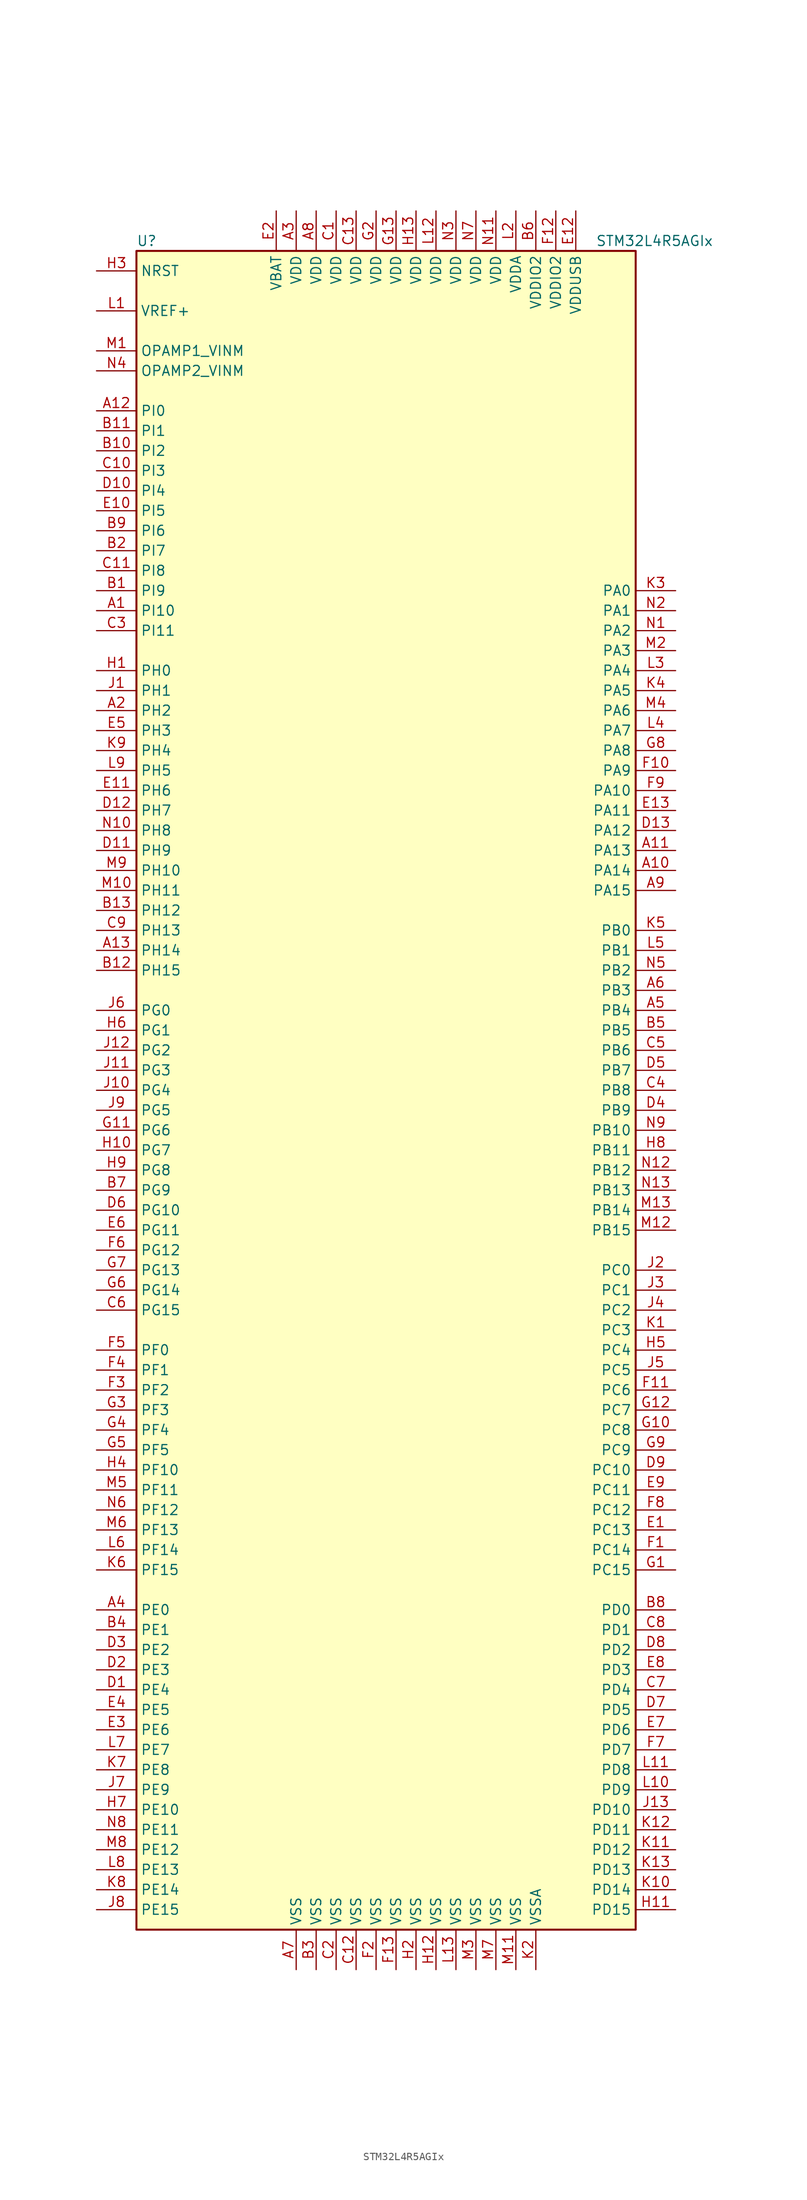
<source format=kicad_sym>
(kicad_symbol_lib
  (version 20201005)
  (generator kicad_symbol_editor)
  (symbol "STM32L4R5AGIx"
    (property "Reference" "U"
      (at -33.02 107.95 0)
      (effects (font (size 1.27 1.27)) (justify left)))
    (property "Value" "STM32L4R5AGIx"
      (at 25.4 107.95 0)
      (effects (font (size 1.27 1.27)) (justify left)))
    (symbol "STM32L4R5AGIx_0_1"
      (rectangle (start -33.02 -106.68) (end 30.48 106.68) (stroke (width 0.254)) (fill (type background))))
    (symbol "STM32L4R5AGIx_1_1"
      (pin input line (at -38.1 104.14 0) (length 5.08) (name "NRST" (effects (font (size 1.27 1.27)))) (number "H3" (effects (font (size 1.27 1.27)))))
      (pin bidirectional line (at -38.1 93.98 0) (length 5.08) (name "OPAMP1_VINM" (effects (font (size 1.27 1.27)))) (number "M1" (effects (font (size 1.27 1.27)))))
      (pin bidirectional line (at -38.1 91.44 0) (length 5.08) (name "OPAMP2_VINM" (effects (font (size 1.27 1.27)))) (number "N4" (effects (font (size 1.27 1.27)))))
      (pin bidirectional line (at 35.56 63.5 180) (length 5.08) (name "PA0" (effects (font (size 1.27 1.27)))) (number "K3" (effects (font (size 1.27 1.27)))))
      (pin bidirectional line (at 35.56 60.96 180) (length 5.08) (name "PA1" (effects (font (size 1.27 1.27)))) (number "N2" (effects (font (size 1.27 1.27)))))
      (pin bidirectional line (at 35.56 38.1 180) (length 5.08) (name "PA10" (effects (font (size 1.27 1.27)))) (number "F9" (effects (font (size 1.27 1.27)))))
      (pin bidirectional line (at 35.56 35.56 180) (length 5.08) (name "PA11" (effects (font (size 1.27 1.27)))) (number "E13" (effects (font (size 1.27 1.27)))))
      (pin bidirectional line (at 35.56 33.02 180) (length 5.08) (name "PA12" (effects (font (size 1.27 1.27)))) (number "D13" (effects (font (size 1.27 1.27)))))
      (pin bidirectional line (at 35.56 30.48 180) (length 5.08) (name "PA13" (effects (font (size 1.27 1.27)))) (number "A11" (effects (font (size 1.27 1.27)))))
      (pin bidirectional line (at 35.56 27.94 180) (length 5.08) (name "PA14" (effects (font (size 1.27 1.27)))) (number "A10" (effects (font (size 1.27 1.27)))))
      (pin bidirectional line (at 35.56 25.4 180) (length 5.08) (name "PA15" (effects (font (size 1.27 1.27)))) (number "A9" (effects (font (size 1.27 1.27)))))
      (pin bidirectional line (at 35.56 58.42 180) (length 5.08) (name "PA2" (effects (font (size 1.27 1.27)))) (number "N1" (effects (font (size 1.27 1.27)))))
      (pin bidirectional line (at 35.56 55.88 180) (length 5.08) (name "PA3" (effects (font (size 1.27 1.27)))) (number "M2" (effects (font (size 1.27 1.27)))))
      (pin bidirectional line (at 35.56 53.34 180) (length 5.08) (name "PA4" (effects (font (size 1.27 1.27)))) (number "L3" (effects (font (size 1.27 1.27)))))
      (pin bidirectional line (at 35.56 50.8 180) (length 5.08) (name "PA5" (effects (font (size 1.27 1.27)))) (number "K4" (effects (font (size 1.27 1.27)))))
      (pin bidirectional line (at 35.56 48.26 180) (length 5.08) (name "PA6" (effects (font (size 1.27 1.27)))) (number "M4" (effects (font (size 1.27 1.27)))))
      (pin bidirectional line (at 35.56 45.72 180) (length 5.08) (name "PA7" (effects (font (size 1.27 1.27)))) (number "L4" (effects (font (size 1.27 1.27)))))
      (pin bidirectional line (at 35.56 43.18 180) (length 5.08) (name "PA8" (effects (font (size 1.27 1.27)))) (number "G8" (effects (font (size 1.27 1.27)))))
      (pin bidirectional line (at 35.56 40.64 180) (length 5.08) (name "PA9" (effects (font (size 1.27 1.27)))) (number "F10" (effects (font (size 1.27 1.27)))))
      (pin bidirectional line (at 35.56 20.32 180) (length 5.08) (name "PB0" (effects (font (size 1.27 1.27)))) (number "K5" (effects (font (size 1.27 1.27)))))
      (pin bidirectional line (at 35.56 17.78 180) (length 5.08) (name "PB1" (effects (font (size 1.27 1.27)))) (number "L5" (effects (font (size 1.27 1.27)))))
      (pin bidirectional line (at 35.56 -5.08 180) (length 5.08) (name "PB10" (effects (font (size 1.27 1.27)))) (number "N9" (effects (font (size 1.27 1.27)))))
      (pin bidirectional line (at 35.56 -7.62 180) (length 5.08) (name "PB11" (effects (font (size 1.27 1.27)))) (number "H8" (effects (font (size 1.27 1.27)))))
      (pin bidirectional line (at 35.56 -10.16 180) (length 5.08) (name "PB12" (effects (font (size 1.27 1.27)))) (number "N12" (effects (font (size 1.27 1.27)))))
      (pin bidirectional line (at 35.56 -12.7 180) (length 5.08) (name "PB13" (effects (font (size 1.27 1.27)))) (number "N13" (effects (font (size 1.27 1.27)))))
      (pin bidirectional line (at 35.56 -15.24 180) (length 5.08) (name "PB14" (effects (font (size 1.27 1.27)))) (number "M13" (effects (font (size 1.27 1.27)))))
      (pin bidirectional line (at 35.56 -17.78 180) (length 5.08) (name "PB15" (effects (font (size 1.27 1.27)))) (number "M12" (effects (font (size 1.27 1.27)))))
      (pin bidirectional line (at 35.56 15.24 180) (length 5.08) (name "PB2" (effects (font (size 1.27 1.27)))) (number "N5" (effects (font (size 1.27 1.27)))))
      (pin bidirectional line (at 35.56 12.7 180) (length 5.08) (name "PB3" (effects (font (size 1.27 1.27)))) (number "A6" (effects (font (size 1.27 1.27)))))
      (pin bidirectional line (at 35.56 10.16 180) (length 5.08) (name "PB4" (effects (font (size 1.27 1.27)))) (number "A5" (effects (font (size 1.27 1.27)))))
      (pin bidirectional line (at 35.56 7.62 180) (length 5.08) (name "PB5" (effects (font (size 1.27 1.27)))) (number "B5" (effects (font (size 1.27 1.27)))))
      (pin bidirectional line (at 35.56 5.08 180) (length 5.08) (name "PB6" (effects (font (size 1.27 1.27)))) (number "C5" (effects (font (size 1.27 1.27)))))
      (pin bidirectional line (at 35.56 2.54 180) (length 5.08) (name "PB7" (effects (font (size 1.27 1.27)))) (number "D5" (effects (font (size 1.27 1.27)))))
      (pin bidirectional line (at 35.56 0 180) (length 5.08) (name "PB8" (effects (font (size 1.27 1.27)))) (number "C4" (effects (font (size 1.27 1.27)))))
      (pin bidirectional line (at 35.56 -2.54 180) (length 5.08) (name "PB9" (effects (font (size 1.27 1.27)))) (number "D4" (effects (font (size 1.27 1.27)))))
      (pin bidirectional line (at 35.56 -22.86 180) (length 5.08) (name "PC0" (effects (font (size 1.27 1.27)))) (number "J2" (effects (font (size 1.27 1.27)))))
      (pin bidirectional line (at 35.56 -25.4 180) (length 5.08) (name "PC1" (effects (font (size 1.27 1.27)))) (number "J3" (effects (font (size 1.27 1.27)))))
      (pin bidirectional line (at 35.56 -48.26 180) (length 5.08) (name "PC10" (effects (font (size 1.27 1.27)))) (number "D9" (effects (font (size 1.27 1.27)))))
      (pin bidirectional line (at 35.56 -50.8 180) (length 5.08) (name "PC11" (effects (font (size 1.27 1.27)))) (number "E9" (effects (font (size 1.27 1.27)))))
      (pin bidirectional line (at 35.56 -53.34 180) (length 5.08) (name "PC12" (effects (font (size 1.27 1.27)))) (number "F8" (effects (font (size 1.27 1.27)))))
      (pin bidirectional line (at 35.56 -55.88 180) (length 5.08) (name "PC13" (effects (font (size 1.27 1.27)))) (number "E1" (effects (font (size 1.27 1.27)))))
      (pin bidirectional line (at 35.56 -58.42 180) (length 5.08) (name "PC14" (effects (font (size 1.27 1.27)))) (number "F1" (effects (font (size 1.27 1.27)))))
      (pin bidirectional line (at 35.56 -60.96 180) (length 5.08) (name "PC15" (effects (font (size 1.27 1.27)))) (number "G1" (effects (font (size 1.27 1.27)))))
      (pin bidirectional line (at 35.56 -27.94 180) (length 5.08) (name "PC2" (effects (font (size 1.27 1.27)))) (number "J4" (effects (font (size 1.27 1.27)))))
      (pin bidirectional line (at 35.56 -30.48 180) (length 5.08) (name "PC3" (effects (font (size 1.27 1.27)))) (number "K1" (effects (font (size 1.27 1.27)))))
      (pin bidirectional line (at 35.56 -33.02 180) (length 5.08) (name "PC4" (effects (font (size 1.27 1.27)))) (number "H5" (effects (font (size 1.27 1.27)))))
      (pin bidirectional line (at 35.56 -35.56 180) (length 5.08) (name "PC5" (effects (font (size 1.27 1.27)))) (number "J5" (effects (font (size 1.27 1.27)))))
      (pin bidirectional line (at 35.56 -38.1 180) (length 5.08) (name "PC6" (effects (font (size 1.27 1.27)))) (number "F11" (effects (font (size 1.27 1.27)))))
      (pin bidirectional line (at 35.56 -40.64 180) (length 5.08) (name "PC7" (effects (font (size 1.27 1.27)))) (number "G12" (effects (font (size 1.27 1.27)))))
      (pin bidirectional line (at 35.56 -43.18 180) (length 5.08) (name "PC8" (effects (font (size 1.27 1.27)))) (number "G10" (effects (font (size 1.27 1.27)))))
      (pin bidirectional line (at 35.56 -45.72 180) (length 5.08) (name "PC9" (effects (font (size 1.27 1.27)))) (number "G9" (effects (font (size 1.27 1.27)))))
      (pin bidirectional line (at 35.56 -66.04 180) (length 5.08) (name "PD0" (effects (font (size 1.27 1.27)))) (number "B8" (effects (font (size 1.27 1.27)))))
      (pin bidirectional line (at 35.56 -68.58 180) (length 5.08) (name "PD1" (effects (font (size 1.27 1.27)))) (number "C8" (effects (font (size 1.27 1.27)))))
      (pin bidirectional line (at 35.56 -91.44 180) (length 5.08) (name "PD10" (effects (font (size 1.27 1.27)))) (number "J13" (effects (font (size 1.27 1.27)))))
      (pin bidirectional line (at 35.56 -93.98 180) (length 5.08) (name "PD11" (effects (font (size 1.27 1.27)))) (number "K12" (effects (font (size 1.27 1.27)))))
      (pin bidirectional line (at 35.56 -96.52 180) (length 5.08) (name "PD12" (effects (font (size 1.27 1.27)))) (number "K11" (effects (font (size 1.27 1.27)))))
      (pin bidirectional line (at 35.56 -99.06 180) (length 5.08) (name "PD13" (effects (font (size 1.27 1.27)))) (number "K13" (effects (font (size 1.27 1.27)))))
      (pin bidirectional line (at 35.56 -101.6 180) (length 5.08) (name "PD14" (effects (font (size 1.27 1.27)))) (number "K10" (effects (font (size 1.27 1.27)))))
      (pin bidirectional line (at 35.56 -104.14 180) (length 5.08) (name "PD15" (effects (font (size 1.27 1.27)))) (number "H11" (effects (font (size 1.27 1.27)))))
      (pin bidirectional line (at 35.56 -71.12 180) (length 5.08) (name "PD2" (effects (font (size 1.27 1.27)))) (number "D8" (effects (font (size 1.27 1.27)))))
      (pin bidirectional line (at 35.56 -73.66 180) (length 5.08) (name "PD3" (effects (font (size 1.27 1.27)))) (number "E8" (effects (font (size 1.27 1.27)))))
      (pin bidirectional line (at 35.56 -76.2 180) (length 5.08) (name "PD4" (effects (font (size 1.27 1.27)))) (number "C7" (effects (font (size 1.27 1.27)))))
      (pin bidirectional line (at 35.56 -78.74 180) (length 5.08) (name "PD5" (effects (font (size 1.27 1.27)))) (number "D7" (effects (font (size 1.27 1.27)))))
      (pin bidirectional line (at 35.56 -81.28 180) (length 5.08) (name "PD6" (effects (font (size 1.27 1.27)))) (number "E7" (effects (font (size 1.27 1.27)))))
      (pin bidirectional line (at 35.56 -83.82 180) (length 5.08) (name "PD7" (effects (font (size 1.27 1.27)))) (number "F7" (effects (font (size 1.27 1.27)))))
      (pin bidirectional line (at 35.56 -86.36 180) (length 5.08) (name "PD8" (effects (font (size 1.27 1.27)))) (number "L11" (effects (font (size 1.27 1.27)))))
      (pin bidirectional line (at 35.56 -88.9 180) (length 5.08) (name "PD9" (effects (font (size 1.27 1.27)))) (number "L10" (effects (font (size 1.27 1.27)))))
      (pin bidirectional line (at -38.1 -66.04 0) (length 5.08) (name "PE0" (effects (font (size 1.27 1.27)))) (number "A4" (effects (font (size 1.27 1.27)))))
      (pin bidirectional line (at -38.1 -68.58 0) (length 5.08) (name "PE1" (effects (font (size 1.27 1.27)))) (number "B4" (effects (font (size 1.27 1.27)))))
      (pin bidirectional line (at -38.1 -91.44 0) (length 5.08) (name "PE10" (effects (font (size 1.27 1.27)))) (number "H7" (effects (font (size 1.27 1.27)))))
      (pin bidirectional line (at -38.1 -93.98 0) (length 5.08) (name "PE11" (effects (font (size 1.27 1.27)))) (number "N8" (effects (font (size 1.27 1.27)))))
      (pin bidirectional line (at -38.1 -96.52 0) (length 5.08) (name "PE12" (effects (font (size 1.27 1.27)))) (number "M8" (effects (font (size 1.27 1.27)))))
      (pin bidirectional line (at -38.1 -99.06 0) (length 5.08) (name "PE13" (effects (font (size 1.27 1.27)))) (number "L8" (effects (font (size 1.27 1.27)))))
      (pin bidirectional line (at -38.1 -101.6 0) (length 5.08) (name "PE14" (effects (font (size 1.27 1.27)))) (number "K8" (effects (font (size 1.27 1.27)))))
      (pin bidirectional line (at -38.1 -104.14 0) (length 5.08) (name "PE15" (effects (font (size 1.27 1.27)))) (number "J8" (effects (font (size 1.27 1.27)))))
      (pin bidirectional line (at -38.1 -71.12 0) (length 5.08) (name "PE2" (effects (font (size 1.27 1.27)))) (number "D3" (effects (font (size 1.27 1.27)))))
      (pin bidirectional line (at -38.1 -73.66 0) (length 5.08) (name "PE3" (effects (font (size 1.27 1.27)))) (number "D2" (effects (font (size 1.27 1.27)))))
      (pin bidirectional line (at -38.1 -76.2 0) (length 5.08) (name "PE4" (effects (font (size 1.27 1.27)))) (number "D1" (effects (font (size 1.27 1.27)))))
      (pin bidirectional line (at -38.1 -78.74 0) (length 5.08) (name "PE5" (effects (font (size 1.27 1.27)))) (number "E4" (effects (font (size 1.27 1.27)))))
      (pin bidirectional line (at -38.1 -81.28 0) (length 5.08) (name "PE6" (effects (font (size 1.27 1.27)))) (number "E3" (effects (font (size 1.27 1.27)))))
      (pin bidirectional line (at -38.1 -83.82 0) (length 5.08) (name "PE7" (effects (font (size 1.27 1.27)))) (number "L7" (effects (font (size 1.27 1.27)))))
      (pin bidirectional line (at -38.1 -86.36 0) (length 5.08) (name "PE8" (effects (font (size 1.27 1.27)))) (number "K7" (effects (font (size 1.27 1.27)))))
      (pin bidirectional line (at -38.1 -88.9 0) (length 5.08) (name "PE9" (effects (font (size 1.27 1.27)))) (number "J7" (effects (font (size 1.27 1.27)))))
      (pin bidirectional line (at -38.1 -33.02 0) (length 5.08) (name "PF0" (effects (font (size 1.27 1.27)))) (number "F5" (effects (font (size 1.27 1.27)))))
      (pin bidirectional line (at -38.1 -35.56 0) (length 5.08) (name "PF1" (effects (font (size 1.27 1.27)))) (number "F4" (effects (font (size 1.27 1.27)))))
      (pin bidirectional line (at -38.1 -48.26 0) (length 5.08) (name "PF10" (effects (font (size 1.27 1.27)))) (number "H4" (effects (font (size 1.27 1.27)))))
      (pin bidirectional line (at -38.1 -50.8 0) (length 5.08) (name "PF11" (effects (font (size 1.27 1.27)))) (number "M5" (effects (font (size 1.27 1.27)))))
      (pin bidirectional line (at -38.1 -53.34 0) (length 5.08) (name "PF12" (effects (font (size 1.27 1.27)))) (number "N6" (effects (font (size 1.27 1.27)))))
      (pin bidirectional line (at -38.1 -55.88 0) (length 5.08) (name "PF13" (effects (font (size 1.27 1.27)))) (number "M6" (effects (font (size 1.27 1.27)))))
      (pin bidirectional line (at -38.1 -58.42 0) (length 5.08) (name "PF14" (effects (font (size 1.27 1.27)))) (number "L6" (effects (font (size 1.27 1.27)))))
      (pin bidirectional line (at -38.1 -60.96 0) (length 5.08) (name "PF15" (effects (font (size 1.27 1.27)))) (number "K6" (effects (font (size 1.27 1.27)))))
      (pin bidirectional line (at -38.1 -38.1 0) (length 5.08) (name "PF2" (effects (font (size 1.27 1.27)))) (number "F3" (effects (font (size 1.27 1.27)))))
      (pin bidirectional line (at -38.1 -40.64 0) (length 5.08) (name "PF3" (effects (font (size 1.27 1.27)))) (number "G3" (effects (font (size 1.27 1.27)))))
      (pin bidirectional line (at -38.1 -43.18 0) (length 5.08) (name "PF4" (effects (font (size 1.27 1.27)))) (number "G4" (effects (font (size 1.27 1.27)))))
      (pin bidirectional line (at -38.1 -45.72 0) (length 5.08) (name "PF5" (effects (font (size 1.27 1.27)))) (number "G5" (effects (font (size 1.27 1.27)))))
      (pin bidirectional line (at -38.1 10.16 0) (length 5.08) (name "PG0" (effects (font (size 1.27 1.27)))) (number "J6" (effects (font (size 1.27 1.27)))))
      (pin bidirectional line (at -38.1 7.62 0) (length 5.08) (name "PG1" (effects (font (size 1.27 1.27)))) (number "H6" (effects (font (size 1.27 1.27)))))
      (pin bidirectional line (at -38.1 -15.24 0) (length 5.08) (name "PG10" (effects (font (size 1.27 1.27)))) (number "D6" (effects (font (size 1.27 1.27)))))
      (pin bidirectional line (at -38.1 -17.78 0) (length 5.08) (name "PG11" (effects (font (size 1.27 1.27)))) (number "E6" (effects (font (size 1.27 1.27)))))
      (pin bidirectional line (at -38.1 -20.32 0) (length 5.08) (name "PG12" (effects (font (size 1.27 1.27)))) (number "F6" (effects (font (size 1.27 1.27)))))
      (pin bidirectional line (at -38.1 -22.86 0) (length 5.08) (name "PG13" (effects (font (size 1.27 1.27)))) (number "G7" (effects (font (size 1.27 1.27)))))
      (pin bidirectional line (at -38.1 -25.4 0) (length 5.08) (name "PG14" (effects (font (size 1.27 1.27)))) (number "G6" (effects (font (size 1.27 1.27)))))
      (pin bidirectional line (at -38.1 -27.94 0) (length 5.08) (name "PG15" (effects (font (size 1.27 1.27)))) (number "C6" (effects (font (size 1.27 1.27)))))
      (pin bidirectional line (at -38.1 5.08 0) (length 5.08) (name "PG2" (effects (font (size 1.27 1.27)))) (number "J12" (effects (font (size 1.27 1.27)))))
      (pin bidirectional line (at -38.1 2.54 0) (length 5.08) (name "PG3" (effects (font (size 1.27 1.27)))) (number "J11" (effects (font (size 1.27 1.27)))))
      (pin bidirectional line (at -38.1 0 0) (length 5.08) (name "PG4" (effects (font (size 1.27 1.27)))) (number "J10" (effects (font (size 1.27 1.27)))))
      (pin bidirectional line (at -38.1 -2.54 0) (length 5.08) (name "PG5" (effects (font (size 1.27 1.27)))) (number "J9" (effects (font (size 1.27 1.27)))))
      (pin bidirectional line (at -38.1 -5.08 0) (length 5.08) (name "PG6" (effects (font (size 1.27 1.27)))) (number "G11" (effects (font (size 1.27 1.27)))))
      (pin bidirectional line (at -38.1 -7.62 0) (length 5.08) (name "PG7" (effects (font (size 1.27 1.27)))) (number "H10" (effects (font (size 1.27 1.27)))))
      (pin bidirectional line (at -38.1 -10.16 0) (length 5.08) (name "PG8" (effects (font (size 1.27 1.27)))) (number "H9" (effects (font (size 1.27 1.27)))))
      (pin bidirectional line (at -38.1 -12.7 0) (length 5.08) (name "PG9" (effects (font (size 1.27 1.27)))) (number "B7" (effects (font (size 1.27 1.27)))))
      (pin input line (at -38.1 53.34 0) (length 5.08) (name "PH0" (effects (font (size 1.27 1.27)))) (number "H1" (effects (font (size 1.27 1.27)))))
      (pin input line (at -38.1 50.8 0) (length 5.08) (name "PH1" (effects (font (size 1.27 1.27)))) (number "J1" (effects (font (size 1.27 1.27)))))
      (pin bidirectional line (at -38.1 27.94 0) (length 5.08) (name "PH10" (effects (font (size 1.27 1.27)))) (number "M9" (effects (font (size 1.27 1.27)))))
      (pin bidirectional line (at -38.1 25.4 0) (length 5.08) (name "PH11" (effects (font (size 1.27 1.27)))) (number "M10" (effects (font (size 1.27 1.27)))))
      (pin bidirectional line (at -38.1 22.86 0) (length 5.08) (name "PH12" (effects (font (size 1.27 1.27)))) (number "B13" (effects (font (size 1.27 1.27)))))
      (pin bidirectional line (at -38.1 20.32 0) (length 5.08) (name "PH13" (effects (font (size 1.27 1.27)))) (number "C9" (effects (font (size 1.27 1.27)))))
      (pin bidirectional line (at -38.1 17.78 0) (length 5.08) (name "PH14" (effects (font (size 1.27 1.27)))) (number "A13" (effects (font (size 1.27 1.27)))))
      (pin bidirectional line (at -38.1 15.24 0) (length 5.08) (name "PH15" (effects (font (size 1.27 1.27)))) (number "B12" (effects (font (size 1.27 1.27)))))
      (pin bidirectional line (at -38.1 48.26 0) (length 5.08) (name "PH2" (effects (font (size 1.27 1.27)))) (number "A2" (effects (font (size 1.27 1.27)))))
      (pin bidirectional line (at -38.1 45.72 0) (length 5.08) (name "PH3" (effects (font (size 1.27 1.27)))) (number "E5" (effects (font (size 1.27 1.27)))))
      (pin bidirectional line (at -38.1 43.18 0) (length 5.08) (name "PH4" (effects (font (size 1.27 1.27)))) (number "K9" (effects (font (size 1.27 1.27)))))
      (pin bidirectional line (at -38.1 40.64 0) (length 5.08) (name "PH5" (effects (font (size 1.27 1.27)))) (number "L9" (effects (font (size 1.27 1.27)))))
      (pin bidirectional line (at -38.1 38.1 0) (length 5.08) (name "PH6" (effects (font (size 1.27 1.27)))) (number "E11" (effects (font (size 1.27 1.27)))))
      (pin bidirectional line (at -38.1 35.56 0) (length 5.08) (name "PH7" (effects (font (size 1.27 1.27)))) (number "D12" (effects (font (size 1.27 1.27)))))
      (pin bidirectional line (at -38.1 33.02 0) (length 5.08) (name "PH8" (effects (font (size 1.27 1.27)))) (number "N10" (effects (font (size 1.27 1.27)))))
      (pin bidirectional line (at -38.1 30.48 0) (length 5.08) (name "PH9" (effects (font (size 1.27 1.27)))) (number "D11" (effects (font (size 1.27 1.27)))))
      (pin bidirectional line (at -38.1 86.36 0) (length 5.08) (name "PI0" (effects (font (size 1.27 1.27)))) (number "A12" (effects (font (size 1.27 1.27)))))
      (pin bidirectional line (at -38.1 83.82 0) (length 5.08) (name "PI1" (effects (font (size 1.27 1.27)))) (number "B11" (effects (font (size 1.27 1.27)))))
      (pin bidirectional line (at -38.1 60.96 0) (length 5.08) (name "PI10" (effects (font (size 1.27 1.27)))) (number "A1" (effects (font (size 1.27 1.27)))))
      (pin bidirectional line (at -38.1 58.42 0) (length 5.08) (name "PI11" (effects (font (size 1.27 1.27)))) (number "C3" (effects (font (size 1.27 1.27)))))
      (pin bidirectional line (at -38.1 81.28 0) (length 5.08) (name "PI2" (effects (font (size 1.27 1.27)))) (number "B10" (effects (font (size 1.27 1.27)))))
      (pin bidirectional line (at -38.1 78.74 0) (length 5.08) (name "PI3" (effects (font (size 1.27 1.27)))) (number "C10" (effects (font (size 1.27 1.27)))))
      (pin bidirectional line (at -38.1 76.2 0) (length 5.08) (name "PI4" (effects (font (size 1.27 1.27)))) (number "D10" (effects (font (size 1.27 1.27)))))
      (pin bidirectional line (at -38.1 73.66 0) (length 5.08) (name "PI5" (effects (font (size 1.27 1.27)))) (number "E10" (effects (font (size 1.27 1.27)))))
      (pin bidirectional line (at -38.1 71.12 0) (length 5.08) (name "PI6" (effects (font (size 1.27 1.27)))) (number "B9" (effects (font (size 1.27 1.27)))))
      (pin bidirectional line (at -38.1 68.58 0) (length 5.08) (name "PI7" (effects (font (size 1.27 1.27)))) (number "B2" (effects (font (size 1.27 1.27)))))
      (pin bidirectional line (at -38.1 66.04 0) (length 5.08) (name "PI8" (effects (font (size 1.27 1.27)))) (number "C11" (effects (font (size 1.27 1.27)))))
      (pin bidirectional line (at -38.1 63.5 0) (length 5.08) (name "PI9" (effects (font (size 1.27 1.27)))) (number "B1" (effects (font (size 1.27 1.27)))))
      (pin power_in line (at -15.24 111.76 270) (length 5.08) (name "VBAT" (effects (font (size 1.27 1.27)))) (number "E2" (effects (font (size 1.27 1.27)))))
      (pin power_in line (at -12.7 111.76 270) (length 5.08) (name "VDD" (effects (font (size 1.27 1.27)))) (number "A3" (effects (font (size 1.27 1.27)))))
      (pin power_in line (at -10.16 111.76 270) (length 5.08) (name "VDD" (effects (font (size 1.27 1.27)))) (number "A8" (effects (font (size 1.27 1.27)))))
      (pin power_in line (at -7.62 111.76 270) (length 5.08) (name "VDD" (effects (font (size 1.27 1.27)))) (number "C1" (effects (font (size 1.27 1.27)))))
      (pin power_in line (at -5.08 111.76 270) (length 5.08) (name "VDD" (effects (font (size 1.27 1.27)))) (number "C13" (effects (font (size 1.27 1.27)))))
      (pin power_in line (at 0 111.76 270) (length 5.08) (name "VDD" (effects (font (size 1.27 1.27)))) (number "G13" (effects (font (size 1.27 1.27)))))
      (pin power_in line (at -2.54 111.76 270) (length 5.08) (name "VDD" (effects (font (size 1.27 1.27)))) (number "G2" (effects (font (size 1.27 1.27)))))
      (pin power_in line (at 2.54 111.76 270) (length 5.08) (name "VDD" (effects (font (size 1.27 1.27)))) (number "H13" (effects (font (size 1.27 1.27)))))
      (pin power_in line (at 5.08 111.76 270) (length 5.08) (name "VDD" (effects (font (size 1.27 1.27)))) (number "L12" (effects (font (size 1.27 1.27)))))
      (pin power_in line (at 12.7 111.76 270) (length 5.08) (name "VDD" (effects (font (size 1.27 1.27)))) (number "N11" (effects (font (size 1.27 1.27)))))
      (pin power_in line (at 7.62 111.76 270) (length 5.08) (name "VDD" (effects (font (size 1.27 1.27)))) (number "N3" (effects (font (size 1.27 1.27)))))
      (pin power_in line (at 10.16 111.76 270) (length 5.08) (name "VDD" (effects (font (size 1.27 1.27)))) (number "N7" (effects (font (size 1.27 1.27)))))
      (pin power_in line (at 15.24 111.76 270) (length 5.08) (name "VDDA" (effects (font (size 1.27 1.27)))) (number "L2" (effects (font (size 1.27 1.27)))))
      (pin power_in line (at 17.78 111.76 270) (length 5.08) (name "VDDIO2" (effects (font (size 1.27 1.27)))) (number "B6" (effects (font (size 1.27 1.27)))))
      (pin power_in line (at 20.32 111.76 270) (length 5.08) (name "VDDIO2" (effects (font (size 1.27 1.27)))) (number "F12" (effects (font (size 1.27 1.27)))))
      (pin power_in line (at 22.86 111.76 270) (length 5.08) (name "VDDUSB" (effects (font (size 1.27 1.27)))) (number "E12" (effects (font (size 1.27 1.27)))))
      (pin bidirectional line (at -38.1 99.06 0) (length 5.08) (name "VREF+" (effects (font (size 1.27 1.27)))) (number "L1" (effects (font (size 1.27 1.27)))))
      (pin power_in line (at -12.7 -111.76 90) (length 5.08) (name "VSS" (effects (font (size 1.27 1.27)))) (number "A7" (effects (font (size 1.27 1.27)))))
      (pin power_in line (at -10.16 -111.76 90) (length 5.08) (name "VSS" (effects (font (size 1.27 1.27)))) (number "B3" (effects (font (size 1.27 1.27)))))
      (pin power_in line (at -5.08 -111.76 90) (length 5.08) (name "VSS" (effects (font (size 1.27 1.27)))) (number "C12" (effects (font (size 1.27 1.27)))))
      (pin power_in line (at -7.62 -111.76 90) (length 5.08) (name "VSS" (effects (font (size 1.27 1.27)))) (number "C2" (effects (font (size 1.27 1.27)))))
      (pin power_in line (at 0 -111.76 90) (length 5.08) (name "VSS" (effects (font (size 1.27 1.27)))) (number "F13" (effects (font (size 1.27 1.27)))))
      (pin power_in line (at -2.54 -111.76 90) (length 5.08) (name "VSS" (effects (font (size 1.27 1.27)))) (number "F2" (effects (font (size 1.27 1.27)))))
      (pin power_in line (at 5.08 -111.76 90) (length 5.08) (name "VSS" (effects (font (size 1.27 1.27)))) (number "H12" (effects (font (size 1.27 1.27)))))
      (pin power_in line (at 2.54 -111.76 90) (length 5.08) (name "VSS" (effects (font (size 1.27 1.27)))) (number "H2" (effects (font (size 1.27 1.27)))))
      (pin power_in line (at 7.62 -111.76 90) (length 5.08) (name "VSS" (effects (font (size 1.27 1.27)))) (number "L13" (effects (font (size 1.27 1.27)))))
      (pin power_in line (at 15.24 -111.76 90) (length 5.08) (name "VSS" (effects (font (size 1.27 1.27)))) (number "M11" (effects (font (size 1.27 1.27)))))
      (pin power_in line (at 10.16 -111.76 90) (length 5.08) (name "VSS" (effects (font (size 1.27 1.27)))) (number "M3" (effects (font (size 1.27 1.27)))))
      (pin power_in line (at 12.7 -111.76 90) (length 5.08) (name "VSS" (effects (font (size 1.27 1.27)))) (number "M7" (effects (font (size 1.27 1.27)))))
      (pin power_in line (at 17.78 -111.76 90) (length 5.08) (name "VSSA" (effects (font (size 1.27 1.27)))) (number "K2" (effects (font (size 1.27 1.27))))))))
</source>
